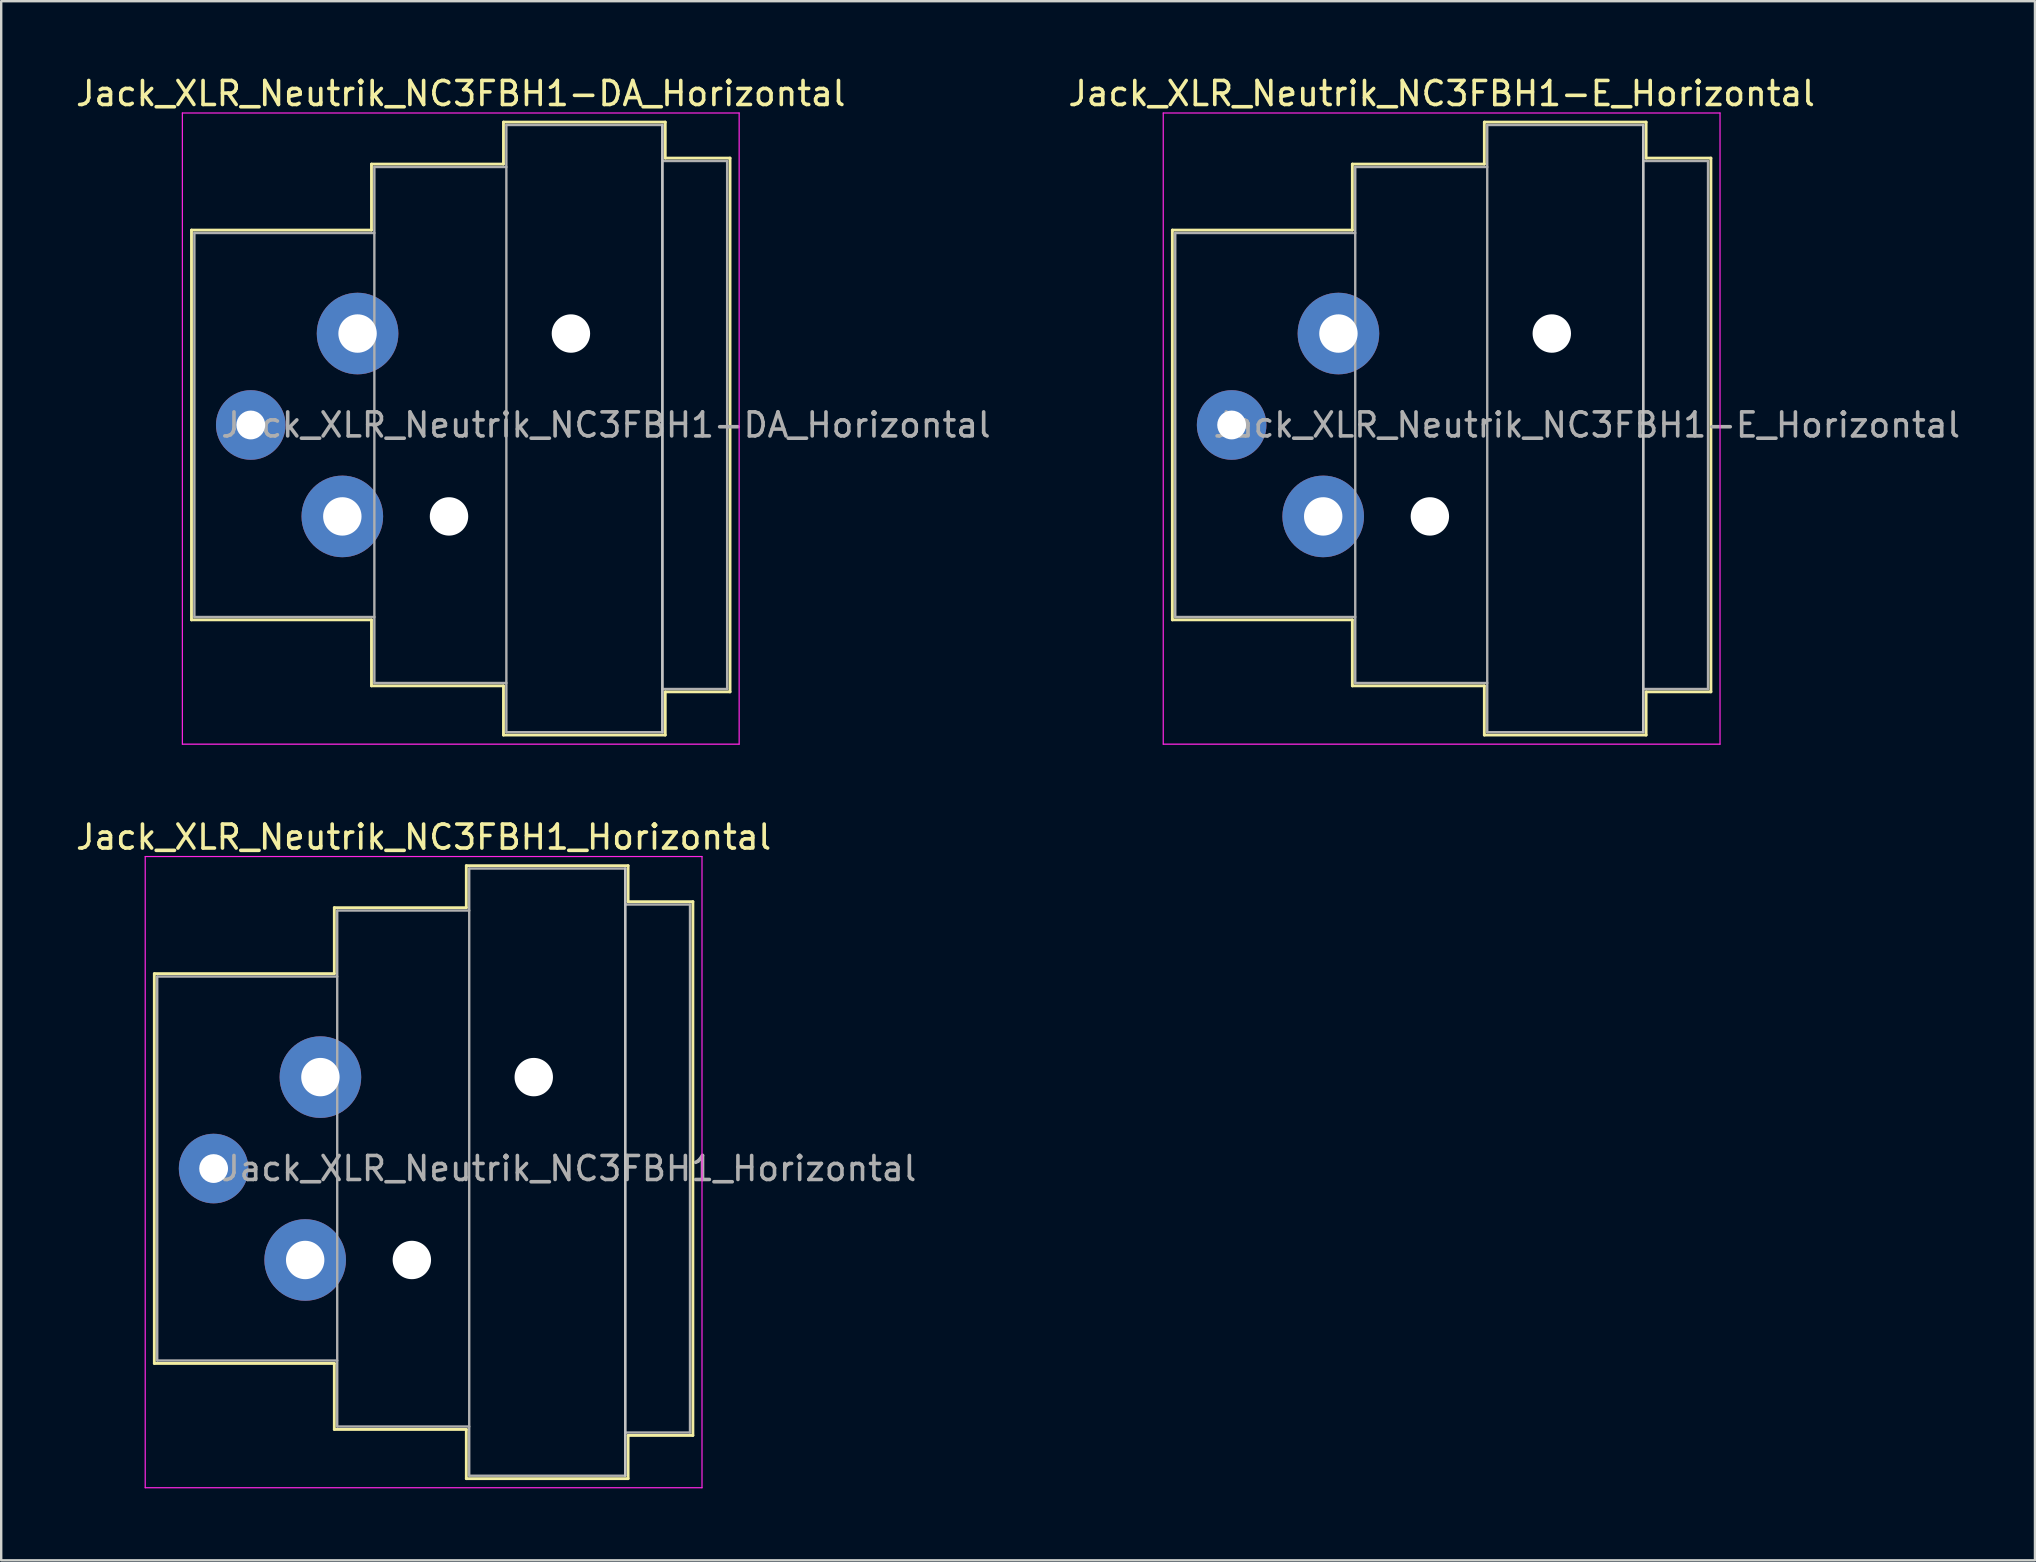
<source format=kicad_pcb>
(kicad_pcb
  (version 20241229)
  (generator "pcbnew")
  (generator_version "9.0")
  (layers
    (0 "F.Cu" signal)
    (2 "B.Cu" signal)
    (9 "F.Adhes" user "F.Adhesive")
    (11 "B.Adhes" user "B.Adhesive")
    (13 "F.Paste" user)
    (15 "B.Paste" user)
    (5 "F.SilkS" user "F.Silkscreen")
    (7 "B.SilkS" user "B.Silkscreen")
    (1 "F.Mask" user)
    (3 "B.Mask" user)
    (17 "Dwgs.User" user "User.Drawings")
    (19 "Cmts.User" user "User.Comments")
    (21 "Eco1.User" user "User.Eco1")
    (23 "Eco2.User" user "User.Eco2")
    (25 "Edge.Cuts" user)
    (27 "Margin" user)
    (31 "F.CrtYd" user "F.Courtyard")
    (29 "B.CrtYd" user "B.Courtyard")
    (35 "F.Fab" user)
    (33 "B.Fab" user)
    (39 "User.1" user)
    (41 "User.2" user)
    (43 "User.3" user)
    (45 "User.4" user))
  (footprint "Jack_XLR_Neutrik_NC3FBH1-DA_Horizontal"
    (layer "F.Cu")
    (at 11.849 10.848)
    (property "Reference" "Jack_XLR_Neutrik_NC3FBH1-DA_Horizontal" (at 4.3 -10 0) (layer "F.SilkS") (effects (font (size 1 1) (thickness 0.15))))
    (attr through_hole)
    (fp_line (start -6.92 -4.31) (end -6.92 11.93) (stroke (width 0.12) (type solid)) (layer "F.SilkS"))
    (fp_line (start 0.58 -7.06) (end 0.58 -4.31) (stroke (width 0.12) (type solid)) (layer "F.SilkS"))
    (fp_line (start 0.58 -4.31) (end -6.92 -4.31) (stroke (width 0.12) (type solid)) (layer "F.SilkS"))
    (fp_line (start 0.58 11.93) (end -6.92 11.93) (stroke (width 0.12) (type solid)) (layer "F.SilkS"))
    (fp_line (start 0.58 11.93) (end 0.58 14.68) (stroke (width 0.12) (type solid)) (layer "F.SilkS"))
    (fp_line (start 6.08 -7.06) (end 0.58 -7.06) (stroke (width 0.12) (type solid)) (layer "F.SilkS"))
    (fp_line (start 6.08 -7.06) (end 6.08 -8.81) (stroke (width 0.12) (type solid)) (layer "F.SilkS"))
    (fp_line (start 6.08 14.68) (end 0.58 14.68) (stroke (width 0.12) (type solid)) (layer "F.SilkS"))
    (fp_line (start 6.08 16.73) (end 6.08 14.68) (stroke (width 0.12) (type solid)) (layer "F.SilkS"))
    (fp_line (start 12.82 -8.81) (end 6.08 -8.81) (stroke (width 0.12) (type solid)) (layer "F.SilkS"))
    (fp_line (start 12.82 -8.81) (end 12.82 -7.31) (stroke (width 0.12) (type solid)) (layer "F.SilkS"))
    (fp_line (start 12.82 -7.31) (end 15.52 -7.31) (stroke (width 0.12) (type solid)) (layer "F.SilkS"))
    (fp_line (start 12.82 14.93) (end 12.82 16.73) (stroke (width 0.12) (type solid)) (layer "F.SilkS"))
    (fp_line (start 12.82 14.93) (end 15.52 14.93) (stroke (width 0.12) (type solid)) (layer "F.SilkS"))
    (fp_line (start 12.82 16.73) (end 6.08 16.73) (stroke (width 0.12) (type solid)) (layer "F.SilkS"))
    (fp_line (start 15.52 -7.31) (end 15.52 14.93) (stroke (width 0.12) (type solid)) (layer "F.SilkS"))
    (fp_line (start 12.7 -8.69) (end 12.7 16.61) (stroke (width 0.1) (type solid)) (layer "Dwgs.User"))
    (fp_line (start -7.3 -9.19) (end -7.3 17.11) (stroke (width 0.05) (type solid)) (layer "F.CrtYd"))
    (fp_line (start 15.9 -9.19) (end -7.3 -9.19) (stroke (width 0.05) (type solid)) (layer "F.CrtYd"))
    (fp_line (start 15.9 -9.19) (end 15.9 17.11) (stroke (width 0.05) (type solid)) (layer "F.CrtYd"))
    (fp_line (start 15.9 17.11) (end -7.3 17.11) (stroke (width 0.05) (type solid)) (layer "F.CrtYd"))
    (fp_line (start -6.8 -4.19) (end -6.8 11.81) (stroke (width 0.1) (type solid)) (layer "F.Fab"))
    (fp_line (start -6.8 11.81) (end 0.7 11.81) (stroke (width 0.1) (type solid)) (layer "F.Fab"))
    (fp_line (start 0.7 -6.94) (end 0.7 14.56) (stroke (width 0.1) (type solid)) (layer "F.Fab"))
    (fp_line (start 0.7 -4.19) (end -6.8 -4.19) (stroke (width 0.1) (type solid)) (layer "F.Fab"))
    (fp_line (start 0.7 14.56) (end 6.2 14.56) (stroke (width 0.1) (type solid)) (layer "F.Fab"))
    (fp_line (start 6.2 -8.69) (end 12.7 -8.69) (stroke (width 0.1) (type solid)) (layer "F.Fab"))
    (fp_line (start 6.2 -6.94) (end 0.7 -6.94) (stroke (width 0.1) (type solid)) (layer "F.Fab"))
    (fp_line (start 6.2 16.61) (end 6.2 -8.69) (stroke (width 0.1) (type solid)) (layer "F.Fab"))
    (fp_line (start 12.7 -8.69) (end 12.7 16.61) (stroke (width 0.1) (type solid)) (layer "F.Fab"))
    (fp_line (start 12.7 -7.19) (end 15.4 -7.19) (stroke (width 0.1) (type solid)) (layer "F.Fab"))
    (fp_line (start 12.7 16.61) (end 6.2 16.61) (stroke (width 0.1) (type solid)) (layer "F.Fab"))
    (fp_line (start 15.4 -7.19) (end 15.4 14.81) (stroke (width 0.1) (type solid)) (layer "F.Fab"))
    (fp_line (start 15.4 14.81) (end 12.7 14.81) (stroke (width 0.1) (type solid)) (layer "F.Fab"))
    (fp_text user "${REFERENCE}" (at 10.35 3.81 0) (layer "F.Fab") (effects (font (size 1 1) (thickness 0.15))))
    (pad "" np_thru_hole circle (at 3.81 7.62) (size 1.6 1.6) (drill 1.6) (layers "*.Cu" "*.Mask"))
    (pad "" np_thru_hole circle (at 8.89 0) (size 1.6 1.6) (drill 1.6) (layers "*.Cu" "*.Mask"))
    (pad "1" thru_hole circle (at 0 0) (size 3.4 3.4) (drill 1.6) (layers "*.Cu" "*.Mask"))
    (pad "2" thru_hole circle (at -0.635 7.62) (size 3.4 3.4) (drill 1.6) (layers "*.Cu" "*.Mask"))
    (pad "3" thru_hole circle (at -4.45 3.81) (size 2.9 2.9) (drill 1.2) (layers "*.Cu" "*.Mask")))
  (footprint "Jack_XLR_Neutrik_NC3FBH1-E_Horizontal"
    (layer "F.Cu")
    (at 52.72 10.848)
    (property "Reference" "Jack_XLR_Neutrik_NC3FBH1-E_Horizontal" (at 4.3 -10 0) (layer "F.SilkS") (effects (font (size 1 1) (thickness 0.15))))
    (attr through_hole)
    (fp_line (start -6.92 -4.31) (end -6.92 11.93) (stroke (width 0.12) (type solid)) (layer "F.SilkS"))
    (fp_line (start 0.58 -7.06) (end 0.58 -4.31) (stroke (width 0.12) (type solid)) (layer "F.SilkS"))
    (fp_line (start 0.58 -4.31) (end -6.92 -4.31) (stroke (width 0.12) (type solid)) (layer "F.SilkS"))
    (fp_line (start 0.58 11.93) (end -6.92 11.93) (stroke (width 0.12) (type solid)) (layer "F.SilkS"))
    (fp_line (start 0.58 11.93) (end 0.58 14.68) (stroke (width 0.12) (type solid)) (layer "F.SilkS"))
    (fp_line (start 6.08 -7.06) (end 0.58 -7.06) (stroke (width 0.12) (type solid)) (layer "F.SilkS"))
    (fp_line (start 6.08 -7.06) (end 6.08 -8.81) (stroke (width 0.12) (type solid)) (layer "F.SilkS"))
    (fp_line (start 6.08 14.68) (end 0.58 14.68) (stroke (width 0.12) (type solid)) (layer "F.SilkS"))
    (fp_line (start 6.08 16.73) (end 6.08 14.68) (stroke (width 0.12) (type solid)) (layer "F.SilkS"))
    (fp_line (start 12.82 -8.81) (end 6.08 -8.81) (stroke (width 0.12) (type solid)) (layer "F.SilkS"))
    (fp_line (start 12.82 -8.81) (end 12.82 -7.31) (stroke (width 0.12) (type solid)) (layer "F.SilkS"))
    (fp_line (start 12.82 -7.31) (end 15.52 -7.31) (stroke (width 0.12) (type solid)) (layer "F.SilkS"))
    (fp_line (start 12.82 14.93) (end 12.82 16.73) (stroke (width 0.12) (type solid)) (layer "F.SilkS"))
    (fp_line (start 12.82 14.93) (end 15.52 14.93) (stroke (width 0.12) (type solid)) (layer "F.SilkS"))
    (fp_line (start 12.82 16.73) (end 6.08 16.73) (stroke (width 0.12) (type solid)) (layer "F.SilkS"))
    (fp_line (start 15.52 -7.31) (end 15.52 14.93) (stroke (width 0.12) (type solid)) (layer "F.SilkS"))
    (fp_line (start 12.7 -8.69) (end 12.7 16.61) (stroke (width 0.1) (type solid)) (layer "Dwgs.User"))
    (fp_line (start -7.3 -9.19) (end -7.3 17.11) (stroke (width 0.05) (type solid)) (layer "F.CrtYd"))
    (fp_line (start 15.9 -9.19) (end -7.3 -9.19) (stroke (width 0.05) (type solid)) (layer "F.CrtYd"))
    (fp_line (start 15.9 -9.19) (end 15.9 17.11) (stroke (width 0.05) (type solid)) (layer "F.CrtYd"))
    (fp_line (start 15.9 17.11) (end -7.3 17.11) (stroke (width 0.05) (type solid)) (layer "F.CrtYd"))
    (fp_line (start -6.8 -4.19) (end -6.8 11.81) (stroke (width 0.1) (type solid)) (layer "F.Fab"))
    (fp_line (start -6.8 11.81) (end 0.7 11.81) (stroke (width 0.1) (type solid)) (layer "F.Fab"))
    (fp_line (start 0.7 -6.94) (end 0.7 14.56) (stroke (width 0.1) (type solid)) (layer "F.Fab"))
    (fp_line (start 0.7 -4.19) (end -6.8 -4.19) (stroke (width 0.1) (type solid)) (layer "F.Fab"))
    (fp_line (start 0.7 14.56) (end 6.2 14.56) (stroke (width 0.1) (type solid)) (layer "F.Fab"))
    (fp_line (start 6.2 -8.69) (end 12.7 -8.69) (stroke (width 0.1) (type solid)) (layer "F.Fab"))
    (fp_line (start 6.2 -6.94) (end 0.7 -6.94) (stroke (width 0.1) (type solid)) (layer "F.Fab"))
    (fp_line (start 6.2 16.61) (end 6.2 -8.69) (stroke (width 0.1) (type solid)) (layer "F.Fab"))
    (fp_line (start 12.7 -8.69) (end 12.7 16.61) (stroke (width 0.1) (type solid)) (layer "F.Fab"))
    (fp_line (start 12.7 -7.19) (end 15.4 -7.19) (stroke (width 0.1) (type solid)) (layer "F.Fab"))
    (fp_line (start 12.7 16.61) (end 6.2 16.61) (stroke (width 0.1) (type solid)) (layer "F.Fab"))
    (fp_line (start 15.4 -7.19) (end 15.4 14.81) (stroke (width 0.1) (type solid)) (layer "F.Fab"))
    (fp_line (start 15.4 14.81) (end 12.7 14.81) (stroke (width 0.1) (type solid)) (layer "F.Fab"))
    (fp_text user "${REFERENCE}" (at 10.35 3.81 0) (layer "F.Fab") (effects (font (size 1 1) (thickness 0.15))))
    (pad "" np_thru_hole circle (at 3.81 7.62) (size 1.6 1.6) (drill 1.6) (layers "*.Cu" "*.Mask"))
    (pad "" np_thru_hole circle (at 8.89 0) (size 1.6 1.6) (drill 1.6) (layers "*.Cu" "*.Mask"))
    (pad "1" thru_hole circle (at 0 0) (size 3.4 3.4) (drill 1.6) (layers "*.Cu" "*.Mask"))
    (pad "2" thru_hole circle (at -0.635 7.62) (size 3.4 3.4) (drill 1.6) (layers "*.Cu" "*.Mask"))
    (pad "3" thru_hole circle (at -4.45 3.81) (size 2.9 2.9) (drill 1.2) (layers "*.Cu" "*.Mask")))
  (footprint "Jack_XLR_Neutrik_NC3FBH1_Horizontal"
    (layer "F.Cu")
    (at 10.301 41.831)
    (property "Reference" "Jack_XLR_Neutrik_NC3FBH1_Horizontal" (at 4.3 -10 0) (layer "F.SilkS") (effects (font (size 1 1) (thickness 0.15))))
    (attr through_hole)
    (fp_line (start -6.92 -4.31) (end -6.92 11.93) (stroke (width 0.12) (type solid)) (layer "F.SilkS"))
    (fp_line (start 0.58 -7.06) (end 0.58 -4.31) (stroke (width 0.12) (type solid)) (layer "F.SilkS"))
    (fp_line (start 0.58 -4.31) (end -6.92 -4.31) (stroke (width 0.12) (type solid)) (layer "F.SilkS"))
    (fp_line (start 0.58 11.93) (end -6.92 11.93) (stroke (width 0.12) (type solid)) (layer "F.SilkS"))
    (fp_line (start 0.58 11.93) (end 0.58 14.68) (stroke (width 0.12) (type solid)) (layer "F.SilkS"))
    (fp_line (start 6.08 -7.06) (end 0.58 -7.06) (stroke (width 0.12) (type solid)) (layer "F.SilkS"))
    (fp_line (start 6.08 -7.06) (end 6.08 -8.81) (stroke (width 0.12) (type solid)) (layer "F.SilkS"))
    (fp_line (start 6.08 14.68) (end 0.58 14.68) (stroke (width 0.12) (type solid)) (layer "F.SilkS"))
    (fp_line (start 6.08 16.73) (end 6.08 14.68) (stroke (width 0.12) (type solid)) (layer "F.SilkS"))
    (fp_line (start 12.82 -8.81) (end 6.08 -8.81) (stroke (width 0.12) (type solid)) (layer "F.SilkS"))
    (fp_line (start 12.82 -8.81) (end 12.82 -7.31) (stroke (width 0.12) (type solid)) (layer "F.SilkS"))
    (fp_line (start 12.82 -7.31) (end 15.52 -7.31) (stroke (width 0.12) (type solid)) (layer "F.SilkS"))
    (fp_line (start 12.82 14.93) (end 12.82 16.73) (stroke (width 0.12) (type solid)) (layer "F.SilkS"))
    (fp_line (start 12.82 14.93) (end 15.52 14.93) (stroke (width 0.12) (type solid)) (layer "F.SilkS"))
    (fp_line (start 12.82 16.73) (end 6.08 16.73) (stroke (width 0.12) (type solid)) (layer "F.SilkS"))
    (fp_line (start 15.52 -7.31) (end 15.52 14.93) (stroke (width 0.12) (type solid)) (layer "F.SilkS"))
    (fp_line (start 12.7 -8.69) (end 12.7 16.61) (stroke (width 0.1) (type solid)) (layer "Dwgs.User"))
    (fp_line (start -7.3 -9.19) (end -7.3 17.11) (stroke (width 0.05) (type solid)) (layer "F.CrtYd"))
    (fp_line (start 15.9 -9.19) (end -7.3 -9.19) (stroke (width 0.05) (type solid)) (layer "F.CrtYd"))
    (fp_line (start 15.9 -9.19) (end 15.9 17.11) (stroke (width 0.05) (type solid)) (layer "F.CrtYd"))
    (fp_line (start 15.9 17.11) (end -7.3 17.11) (stroke (width 0.05) (type solid)) (layer "F.CrtYd"))
    (fp_line (start -6.8 -4.19) (end -6.8 11.81) (stroke (width 0.1) (type solid)) (layer "F.Fab"))
    (fp_line (start -6.8 11.81) (end 0.7 11.81) (stroke (width 0.1) (type solid)) (layer "F.Fab"))
    (fp_line (start 0.7 -6.94) (end 0.7 14.56) (stroke (width 0.1) (type solid)) (layer "F.Fab"))
    (fp_line (start 0.7 -4.19) (end -6.8 -4.19) (stroke (width 0.1) (type solid)) (layer "F.Fab"))
    (fp_line (start 0.7 14.56) (end 6.2 14.56) (stroke (width 0.1) (type solid)) (layer "F.Fab"))
    (fp_line (start 6.2 -8.69) (end 12.7 -8.69) (stroke (width 0.1) (type solid)) (layer "F.Fab"))
    (fp_line (start 6.2 -6.94) (end 0.7 -6.94) (stroke (width 0.1) (type solid)) (layer "F.Fab"))
    (fp_line (start 6.2 16.61) (end 6.2 -8.69) (stroke (width 0.1) (type solid)) (layer "F.Fab"))
    (fp_line (start 12.7 -8.69) (end 12.7 16.61) (stroke (width 0.1) (type solid)) (layer "F.Fab"))
    (fp_line (start 12.7 -7.19) (end 15.4 -7.19) (stroke (width 0.1) (type solid)) (layer "F.Fab"))
    (fp_line (start 12.7 16.61) (end 6.2 16.61) (stroke (width 0.1) (type solid)) (layer "F.Fab"))
    (fp_line (start 15.4 -7.19) (end 15.4 14.81) (stroke (width 0.1) (type solid)) (layer "F.Fab"))
    (fp_line (start 15.4 14.81) (end 12.7 14.81) (stroke (width 0.1) (type solid)) (layer "F.Fab"))
    (fp_text user "${REFERENCE}" (at 10.35 3.81 0) (layer "F.Fab") (effects (font (size 1 1) (thickness 0.15))))
    (pad "" np_thru_hole circle (at 3.81 7.62) (size 1.6 1.6) (drill 1.6) (layers "*.Cu" "*.Mask"))
    (pad "" np_thru_hole circle (at 8.89 0) (size 1.6 1.6) (drill 1.6) (layers "*.Cu" "*.Mask"))
    (pad "1" thru_hole circle (at 0 0) (size 3.4 3.4) (drill 1.6) (layers "*.Cu" "*.Mask"))
    (pad "2" thru_hole circle (at -0.635 7.62) (size 3.4 3.4) (drill 1.6) (layers "*.Cu" "*.Mask"))
    (pad "3" thru_hole circle (at -4.45 3.81) (size 2.9 2.9) (drill 1.2) (layers "*.Cu" "*.Mask")))
  (gr_rect
    (start -3 -3)
    (end 81.743 61.967)
    (stroke (width 0.1) (type default))
    (fill no)
    (layer "Edge.Cuts")))
</source>
